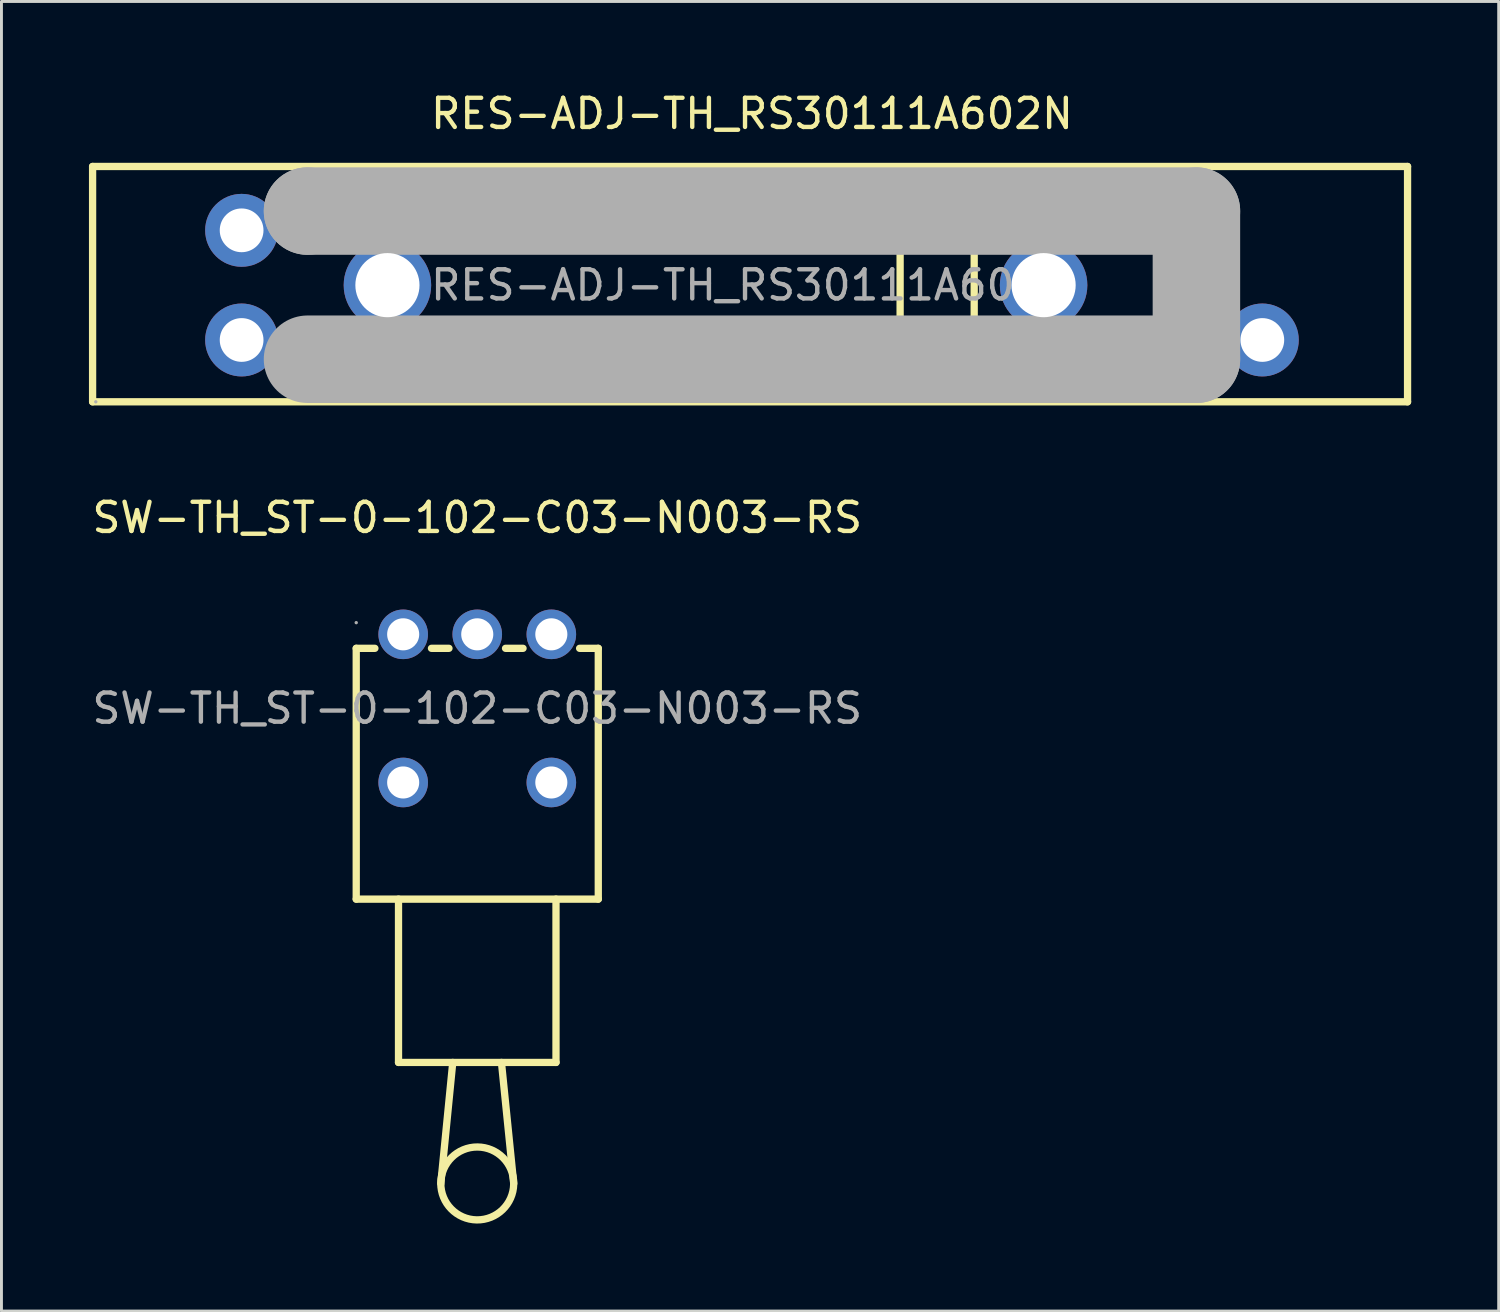
<source format=kicad_pcb>
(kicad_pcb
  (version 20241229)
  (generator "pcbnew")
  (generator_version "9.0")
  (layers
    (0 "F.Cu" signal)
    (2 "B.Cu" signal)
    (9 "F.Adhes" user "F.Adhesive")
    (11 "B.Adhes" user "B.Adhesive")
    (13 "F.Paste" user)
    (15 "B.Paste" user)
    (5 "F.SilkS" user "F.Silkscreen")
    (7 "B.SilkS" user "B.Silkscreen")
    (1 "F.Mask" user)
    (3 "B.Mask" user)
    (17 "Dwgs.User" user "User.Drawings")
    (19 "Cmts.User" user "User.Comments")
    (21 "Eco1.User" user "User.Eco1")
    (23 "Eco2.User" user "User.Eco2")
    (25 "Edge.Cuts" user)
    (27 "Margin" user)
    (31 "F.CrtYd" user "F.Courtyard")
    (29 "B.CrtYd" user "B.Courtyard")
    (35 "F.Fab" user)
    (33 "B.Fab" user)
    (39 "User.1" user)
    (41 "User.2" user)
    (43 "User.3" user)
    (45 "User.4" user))
  (footprint "SW-TH_ST-0-102-C03-N003-RS"
    (layer "F.Cu")
    (at 13.315 21.241)
    (property "Reference" "SW-TH_ST-0-102-C03-N003-RS" (at 0 -6.54 0) (layer "F.SilkS") (effects (font (size 1 1) (thickness 0.15))))
    (attr through_hole)
    (fp_line (start -4.15 -2.06) (end -3.51 -2.06) (stroke (width 0.25) (type solid)) (layer "F.SilkS"))
    (fp_line (start -4.15 6.54) (end -4.15 -2.06) (stroke (width 0.25) (type solid)) (layer "F.SilkS"))
    (fp_line (start -4.15 6.54) (end 4.15 6.54) (stroke (width 0.25) (type solid)) (layer "F.SilkS"))
    (fp_line (start -2.7 6.54) (end -2.7 12.14) (stroke (width 0.25) (type solid)) (layer "F.SilkS"))
    (fp_line (start -2.7 12.14) (end 2.7 12.14) (stroke (width 0.25) (type solid)) (layer "F.SilkS"))
    (fp_line (start -1.57 -2.06) (end -0.97 -2.06) (stroke (width 0.25) (type solid)) (layer "F.SilkS"))
    (fp_line (start -1.25 16.29) (end -0.84 12.14) (stroke (width 0.25) (type solid)) (layer "F.SilkS"))
    (fp_line (start 0.97 -2.06) (end 1.57 -2.06) (stroke (width 0.25) (type solid)) (layer "F.SilkS"))
    (fp_line (start 1.25 16.29) (end 0.83 12.14) (stroke (width 0.25) (type solid)) (layer "F.SilkS"))
    (fp_line (start 2.7 6.54) (end 2.7 12.14) (stroke (width 0.25) (type solid)) (layer "F.SilkS"))
    (fp_line (start 3.51 -2.06) (end 4.15 -2.06) (stroke (width 0.25) (type solid)) (layer "F.SilkS"))
    (fp_line (start 4.15 6.54) (end 4.15 -2.06) (stroke (width 0.25) (type solid)) (layer "F.SilkS"))
    (fp_arc (start 1.24981 16.311816) (mid -1.249953 16.279092) (end 1.25 16.29) (stroke (width 0.25) (type solid)) (layer "F.SilkS"))
    (fp_circle (center -4.15 -2.94) (end -4.12 -2.94) (stroke (width 0.06) (type solid)) (fill no) (layer "F.Fab"))
    (fp_text user "${REFERENCE}" (at 0 0 0) (layer "F.Fab") (effects (font (size 1 1) (thickness 0.15))))
    (pad "1" thru_hole circle (at -2.54 -2.54) (size 1.7 1.7) (drill 1.1) (layers "*.Cu" "*.Mask"))
    (pad "2" thru_hole circle (at 0 -2.54) (size 1.7 1.7) (drill 1.1) (layers "*.Cu" "*.Mask"))
    (pad "3" thru_hole circle (at 2.54 -2.54) (size 1.7 1.7) (drill 1.1) (layers "*.Cu" "*.Mask"))
    (pad "4" thru_hole circle (at 2.54 2.54) (size 1.7 1.7) (drill 1.1) (layers "*.Cu" "*.Mask"))
    (pad "5" thru_hole circle (at -2.54 2.54) (size 1.7 1.7) (drill 1.1) (layers "*.Cu" "*.Mask")))
  (footprint "RES-ADJ-TH_RS30111A602N"
    (layer "F.Cu")
    (at 22.735 6.728)
    (property "Reference" "RES-ADJ-TH_RS30111A602N" (at 0 -5.88 0) (layer "F.SilkS") (effects (font (size 1 1) (thickness 0.15))))
    (attr through_hole)
    (fp_line (start -22.61 -4.07) (end -22.61 4) (stroke (width 0.25) (type solid)) (layer "F.SilkS"))
    (fp_line (start -22.61 4) (end 22.48 4) (stroke (width 0.25) (type solid)) (layer "F.SilkS"))
    (fp_line (start 5.08 -2.41) (end 5.08 2.54) (stroke (width 0.25) (type solid)) (layer "F.SilkS"))
    (fp_line (start 7.62 -2.53) (end 7.62 2.54) (stroke (width 0.25) (type solid)) (layer "F.SilkS"))
    (fp_line (start 22.48 -4.07) (end -22.61 -4.07) (stroke (width 0.25) (type solid)) (layer "F.SilkS"))
    (fp_line (start 22.48 4) (end 22.48 -4.07) (stroke (width 0.25) (type solid)) (layer "F.SilkS"))
    (fp_line (start -15.24 -2.54) (end -15.24 -2.54) (stroke (width 3) (type solid)) (layer "F.Fab"))
    (fp_line (start -15.24 -2.54) (end 15.24 -2.54) (stroke (width 3) (type solid)) (layer "F.Fab"))
    (fp_line (start 15.24 -2.54) (end 15.24 2.54) (stroke (width 3) (type solid)) (layer "F.Fab"))
    (fp_line (start 15.24 2.54) (end -15.24 2.54) (stroke (width 3) (type solid)) (layer "F.Fab"))
    (fp_circle (center -22.5 4) (end -22.47 4) (stroke (width 0.06) (type solid)) (fill no) (layer "F.Fab"))
    (fp_text user "${REFERENCE}" (at 0 0 0) (layer "F.Fab") (effects (font (size 1 1) (thickness 0.15))))
    (pad "1" thru_hole circle (at -17.5 1.88) (size 2.5 2.5) (drill 1.5) (layers "*.Cu" "*.Mask"))
    (pad "2" thru_hole circle (at -17.5 -1.88) (size 2.5 2.5) (drill 1.5) (layers "*.Cu" "*.Mask"))
    (pad "3" thru_hole circle (at 17.5 1.88) (size 2.5 2.5) (drill 1.5) (layers "*.Cu" "*.Mask"))
    (pad "4" thru_hole circle (at -12.5 0) (size 3 3) (drill 2.2) (layers "*.Cu" "*.Mask"))
    (pad "5" thru_hole circle (at 10 0) (size 3 3) (drill 2.2) (layers "*.Cu" "*.Mask")))
  (gr_rect
    (start -3 -3)
    (end 48.34 41.907)
    (stroke (width 0.1) (type default))
    (fill no)
    (layer "Edge.Cuts")))
</source>
